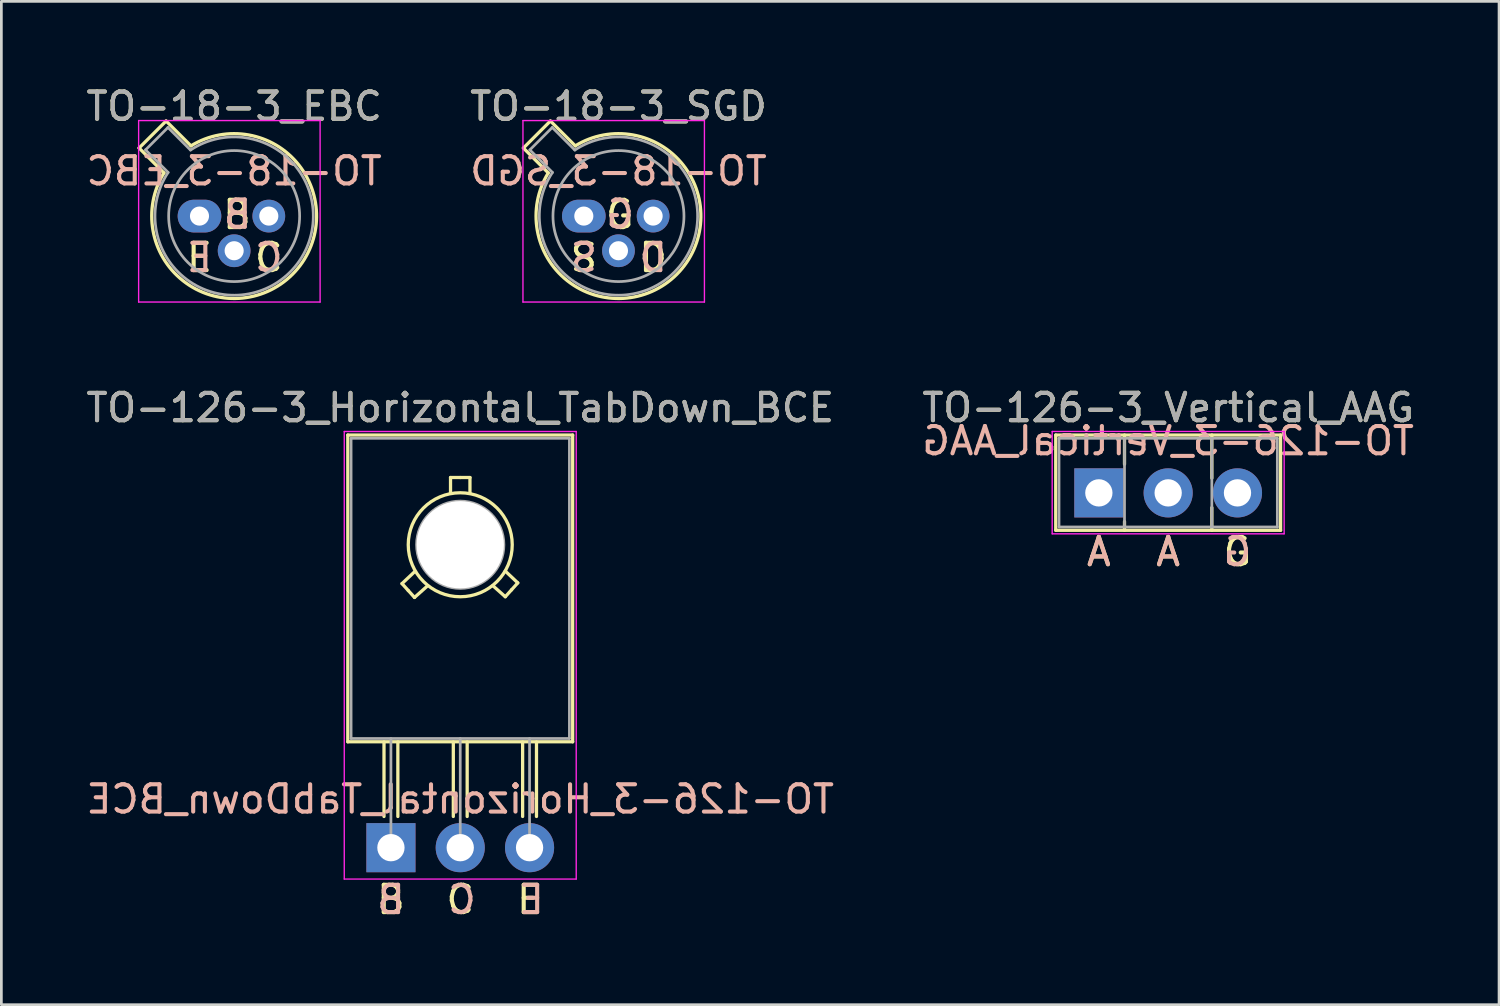
<source format=kicad_pcb>
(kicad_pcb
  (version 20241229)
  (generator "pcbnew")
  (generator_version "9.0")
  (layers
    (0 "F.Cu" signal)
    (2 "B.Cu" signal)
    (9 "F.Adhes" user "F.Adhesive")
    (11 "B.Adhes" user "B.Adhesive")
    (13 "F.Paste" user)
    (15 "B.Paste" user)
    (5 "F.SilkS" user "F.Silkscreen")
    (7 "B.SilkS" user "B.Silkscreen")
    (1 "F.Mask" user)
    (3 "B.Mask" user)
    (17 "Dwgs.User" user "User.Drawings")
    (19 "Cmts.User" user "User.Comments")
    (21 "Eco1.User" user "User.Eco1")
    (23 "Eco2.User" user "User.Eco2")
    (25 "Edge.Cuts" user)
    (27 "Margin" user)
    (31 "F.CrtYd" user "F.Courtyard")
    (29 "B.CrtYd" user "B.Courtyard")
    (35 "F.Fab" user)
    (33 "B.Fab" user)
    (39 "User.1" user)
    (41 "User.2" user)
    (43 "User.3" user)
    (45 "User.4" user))
  (footprint "TO-126-3_Horizontal_TabDown_BCE"
    (layer "F.Cu")
    (at 11.275 28.012)
    (property "Reference" "TO-126-3_Horizontal_TabDown_BCE" (at 2.54 -16.12 0) (layer "F.SilkS") (effects (font (size 1 1) (thickness 0.15))))
    (fp_line (start -1.58 -15.12) (end -1.58 -3.88) (stroke (width 0.12) (type solid)) (layer "F.SilkS"))
    (fp_line (start -1.58 -15.12) (end 6.66 -15.12) (stroke (width 0.12) (type solid)) (layer "F.SilkS"))
    (fp_line (start -1.58 -3.88) (end 6.66 -3.88) (stroke (width 0.12) (type solid)) (layer "F.SilkS"))
    (fp_line (start -0.254 -1.143) (end -0.254 -3.873) (stroke (width 0.12) (type solid)) (layer "F.SilkS"))
    (fp_line (start 0.254 -3.873) (end 0.254 -1.143) (stroke (width 0.12) (type solid)) (layer "F.SilkS"))
    (fp_line (start 0.406 -9.677) (end 0.864 -10.109) (stroke (width 0.12) (type solid)) (layer "F.SilkS"))
    (fp_line (start 0.635 -9.423) (end 0.406 -9.677) (stroke (width 0.12) (type solid)) (layer "F.SilkS"))
    (fp_line (start 0.864 -9.169) (end 0.635 -9.423) (stroke (width 0.12) (type solid)) (layer "F.SilkS"))
    (fp_line (start 0.864 -9.169) (end 1.321 -9.576) (stroke (width 0.12) (type solid)) (layer "F.SilkS"))
    (fp_line (start 2.184 -13.564) (end 2.184 -13.005) (stroke (width 0.12) (type solid)) (layer "F.SilkS"))
    (fp_line (start 2.184 -13.564) (end 2.54 -13.564) (stroke (width 0.12) (type solid)) (layer "F.SilkS"))
    (fp_line (start 2.286 -1.143) (end 2.286 -3.873) (stroke (width 0.12) (type solid)) (layer "F.SilkS"))
    (fp_line (start 2.54 -13.564) (end 2.896 -13.564) (stroke (width 0.12) (type solid)) (layer "F.SilkS"))
    (fp_line (start 2.794 -3.873) (end 2.794 -1.143) (stroke (width 0.12) (type solid)) (layer "F.SilkS"))
    (fp_line (start 2.896 -13.564) (end 2.896 -12.979) (stroke (width 0.12) (type solid)) (layer "F.SilkS"))
    (fp_line (start 4.191 -9.195) (end 3.734 -9.601) (stroke (width 0.12) (type solid)) (layer "F.SilkS"))
    (fp_line (start 4.191 -9.195) (end 4.42 -9.449) (stroke (width 0.12) (type solid)) (layer "F.SilkS"))
    (fp_line (start 4.42 -9.449) (end 4.648 -9.703) (stroke (width 0.12) (type solid)) (layer "F.SilkS"))
    (fp_line (start 4.648 -9.703) (end 4.191 -10.135) (stroke (width 0.12) (type solid)) (layer "F.SilkS"))
    (fp_line (start 4.826 -1.143) (end 4.826 -3.873) (stroke (width 0.12) (type solid)) (layer "F.SilkS"))
    (fp_line (start 5.334 -3.873) (end 5.334 -1.143) (stroke (width 0.12) (type solid)) (layer "F.SilkS"))
    (fp_line (start 6.66 -15.12) (end 6.66 -3.88) (stroke (width 0.12) (type solid)) (layer "F.SilkS"))
    (fp_circle (center 2.54 -11.1) (end 4.445 -11.125) (stroke (width 0.12) (type solid)) (fill no) (layer "F.SilkS"))
    (fp_line (start -1.71 -15.25) (end -1.71 1.15) (stroke (width 0.05) (type solid)) (layer "F.CrtYd"))
    (fp_line (start -1.71 1.15) (end 6.79 1.15) (stroke (width 0.05) (type solid)) (layer "F.CrtYd"))
    (fp_line (start 6.79 -15.25) (end -1.71 -15.25) (stroke (width 0.05) (type solid)) (layer "F.CrtYd"))
    (fp_line (start 6.79 1.15) (end 6.79 -15.25) (stroke (width 0.05) (type solid)) (layer "F.CrtYd"))
    (fp_line (start -1.46 -15) (end 6.54 -15) (stroke (width 0.1) (type solid)) (layer "F.Fab"))
    (fp_line (start -1.46 -4) (end -1.46 -15) (stroke (width 0.1) (type solid)) (layer "F.Fab"))
    (fp_line (start 0 -4) (end 0 0) (stroke (width 0.1) (type solid)) (layer "F.Fab"))
    (fp_line (start 2.54 -4) (end 2.54 0) (stroke (width 0.1) (type solid)) (layer "F.Fab"))
    (fp_line (start 5.08 -4) (end 5.08 0) (stroke (width 0.1) (type solid)) (layer "F.Fab"))
    (fp_line (start 6.54 -15) (end 6.54 -4) (stroke (width 0.1) (type solid)) (layer "F.Fab"))
    (fp_line (start 6.54 -4) (end -1.46 -4) (stroke (width 0.1) (type solid)) (layer "F.Fab"))
    (fp_circle (center 2.54 -11.1) (end 4.14 -11.1) (stroke (width 0.1) (type solid)) (fill no) (layer "F.Fab"))
    (fp_text user "E" (at 5.08 1.905 0) (unlocked yes) (layer "F.SilkS") (effects (font (size 1 1) (thickness 0.15))))
    (fp_text user "B" (at 0 1.905 0) (unlocked yes) (layer "F.SilkS") (effects (font (size 1 1) (thickness 0.15))))
    (fp_text user "C" (at 2.54 1.905 0) (unlocked yes) (layer "F.SilkS") (effects (font (size 1 1) (thickness 0.15))))
    (fp_text user "${REFERENCE}" (at 2.54 -1.778 0) (layer "B.SilkS") (effects (font (size 1 1) (thickness 0.15)) (justify mirror)))
    (fp_text user "E" (at 5.144 1.905 0) (unlocked yes) (layer "B.SilkS") (effects (font (size 1 1) (thickness 0.15)) (justify mirror)))
    (fp_text user "C" (at 2.603 1.905 0) (unlocked yes) (layer "B.SilkS") (effects (font (size 1 1) (thickness 0.15)) (justify mirror)))
    (fp_text user "B" (at 0 1.905 0) (unlocked yes) (layer "B.SilkS") (effects (font (size 1 1) (thickness 0.15)) (justify mirror)))
    (fp_text user "${REFERENCE}" (at 2.54 -16.12 0) (layer "F.Fab") (effects (font (size 1 1) (thickness 0.15))))
    (pad "" np_thru_hole oval (at 2.54 -11.1) (size 3.2 3.2) (drill 3.2) (layers "*.Cu" "*.Mask"))
    (pad "1" thru_hole rect (at 0 0) (size 1.8 1.8) (drill 1) (layers "*.Cu" "*.Mask"))
    (pad "2" thru_hole oval (at 2.54 0) (size 1.8 1.8) (drill 1) (layers "*.Cu" "*.Mask"))
    (pad "3" thru_hole oval (at 5.08 0) (size 1.8 1.8) (drill 1) (layers "*.Cu" "*.Mask")))
  (footprint "TO-18-3_SGD"
    (layer "F.Cu")
    (at 18.343 4.868)
    (property "Reference" "TO-18-3_SGD" (at 1.27 -4.02 0) (layer "F.SilkS") (effects (font (size 1 1) (thickness 0.15))))
    (fp_line (start -2.214 -2.494) (end -1.302 -1.582) (stroke (width 0.12) (type solid)) (layer "F.SilkS"))
    (fp_line (start -1.224 -3.484) (end -2.214 -2.494) (stroke (width 0.12) (type solid)) (layer "F.SilkS"))
    (fp_line (start -0.312 -2.572) (end -1.224 -3.484) (stroke (width 0.12) (type solid)) (layer "F.SilkS"))
    (fp_arc (start -0.312331 -2.572281) (mid 3.405374 2.135551) (end -1.30215 -1.582544) (stroke (width 0.12) (type solid)) (layer "F.SilkS"))
    (fp_line (start -2.23 -3.5) (end -2.23 3.15) (stroke (width 0.05) (type solid)) (layer "F.CrtYd"))
    (fp_line (start -2.23 3.15) (end 4.42 3.15) (stroke (width 0.05) (type solid)) (layer "F.CrtYd"))
    (fp_line (start 4.42 -3.5) (end -2.23 -3.5) (stroke (width 0.05) (type solid)) (layer "F.CrtYd"))
    (fp_line (start 4.42 3.15) (end 4.42 -3.5) (stroke (width 0.05) (type solid)) (layer "F.CrtYd"))
    (fp_line (start -1.977 -2.426) (end -1.149 -1.599) (stroke (width 0.1) (type solid)) (layer "F.Fab"))
    (fp_line (start -1.156 -3.247) (end -1.977 -2.426) (stroke (width 0.1) (type solid)) (layer "F.Fab"))
    (fp_line (start -0.329 -2.419) (end -1.156 -3.247) (stroke (width 0.1) (type solid)) (layer "F.Fab"))
    (fp_arc (start -0.329057 -2.419301) (mid 3.321076 2.050143) (end -1.150029 -1.597956) (stroke (width 0.1) (type solid)) (layer "F.Fab"))
    (fp_circle (center 1.27 0) (end 3.67 0) (stroke (width 0.1) (type solid)) (fill no) (layer "F.Fab"))
    (fp_text user "D" (at 2.54 1.524 0) (unlocked yes) (layer "F.SilkS") (effects (font (size 1 1) (thickness 0.15))))
    (fp_text user "G" (at 1.321 -0.051 0) (unlocked yes) (layer "F.SilkS") (effects (font (size 1 1) (thickness 0.15))))
    (fp_text user "S" (at 0 1.524 0) (unlocked yes) (layer "F.SilkS") (effects (font (size 1 1) (thickness 0.15))))
    (fp_text user "D" (at 2.54 1.524 0) (unlocked yes) (layer "B.SilkS") (effects (font (size 1 1) (thickness 0.15)) (justify mirror)))
    (fp_text user "${REFERENCE}" (at 1.27 -1.651 0) (layer "B.SilkS") (effects (font (size 1 1) (thickness 0.15)) (justify mirror)))
    (fp_text user "G" (at 1.333 -0.064 0) (unlocked yes) (layer "B.SilkS") (effects (font (size 1 1) (thickness 0.15)) (justify mirror)))
    (fp_text user "S" (at 0 1.524 0) (unlocked yes) (layer "B.SilkS") (effects (font (size 1 1) (thickness 0.15)) (justify mirror)))
    (fp_text user "${REFERENCE}" (at 1.27 -4.02 0) (layer "F.Fab") (effects (font (size 1 1) (thickness 0.15))))
    (pad "1" thru_hole oval (at 0 0) (size 1.6 1.2) (drill 0.7) (layers "*.Cu" "*.Mask"))
    (pad "2" thru_hole oval (at 1.27 1.27) (size 1.2 1.2) (drill 0.7) (layers "*.Cu" "*.Mask"))
    (pad "3" thru_hole oval (at 2.54 0) (size 1.2 1.2) (drill 0.7) (layers "*.Cu" "*.Mask")))
  (footprint "TO-126-3_Vertical_AAG"
    (layer "F.Cu")
    (at 37.216 15.011)
    (property "Reference" "TO-126-3_Vertical_AAG" (at 2.54 -3.12 0) (layer "F.SilkS") (effects (font (size 1 1) (thickness 0.15))))
    (fp_line (start -1.58 -2.12) (end -1.58 1.37) (stroke (width 0.12) (type solid)) (layer "F.SilkS"))
    (fp_line (start -1.58 -2.12) (end 6.66 -2.12) (stroke (width 0.12) (type solid)) (layer "F.SilkS"))
    (fp_line (start -1.58 1.37) (end 6.66 1.37) (stroke (width 0.12) (type solid)) (layer "F.SilkS"))
    (fp_line (start 0.94 -2.12) (end 0.94 -1.05) (stroke (width 0.12) (type solid)) (layer "F.SilkS"))
    (fp_line (start 0.94 1.05) (end 0.94 1.37) (stroke (width 0.12) (type solid)) (layer "F.SilkS"))
    (fp_line (start 4.141 -2.12) (end 4.141 -0.54) (stroke (width 0.12) (type solid)) (layer "F.SilkS"))
    (fp_line (start 4.141 0.54) (end 4.141 1.37) (stroke (width 0.12) (type solid)) (layer "F.SilkS"))
    (fp_line (start 6.66 -2.12) (end 6.66 1.37) (stroke (width 0.12) (type solid)) (layer "F.SilkS"))
    (fp_line (start -1.71 -2.25) (end -1.71 1.5) (stroke (width 0.05) (type solid)) (layer "F.CrtYd"))
    (fp_line (start -1.71 1.5) (end 6.79 1.5) (stroke (width 0.05) (type solid)) (layer "F.CrtYd"))
    (fp_line (start 6.79 -2.25) (end -1.71 -2.25) (stroke (width 0.05) (type solid)) (layer "F.CrtYd"))
    (fp_line (start 6.79 1.5) (end 6.79 -2.25) (stroke (width 0.05) (type solid)) (layer "F.CrtYd"))
    (fp_line (start -1.46 -2) (end -1.46 1.25) (stroke (width 0.1) (type solid)) (layer "F.Fab"))
    (fp_line (start -1.46 1.25) (end 6.54 1.25) (stroke (width 0.1) (type solid)) (layer "F.Fab"))
    (fp_line (start 0.94 -2) (end 0.94 1.25) (stroke (width 0.1) (type solid)) (layer "F.Fab"))
    (fp_line (start 4.14 -2) (end 4.14 1.25) (stroke (width 0.1) (type solid)) (layer "F.Fab"))
    (fp_line (start 6.54 -2) (end -1.46 -2) (stroke (width 0.1) (type solid)) (layer "F.Fab"))
    (fp_line (start 6.54 1.25) (end 6.54 -2) (stroke (width 0.1) (type solid)) (layer "F.Fab"))
    (fp_text user "A" (at 0 2.159 0) (unlocked yes) (layer "F.SilkS") (effects (font (size 1 1) (thickness 0.15))))
    (fp_text user "A" (at 2.54 2.159 0) (unlocked yes) (layer "F.SilkS") (effects (font (size 1 1) (thickness 0.15))))
    (fp_text user "G" (at 5.08 2.159 0) (unlocked yes) (layer "F.SilkS") (effects (font (size 1 1) (thickness 0.15))))
    (fp_text user "A" (at 0 2.159 0) (unlocked yes) (layer "B.SilkS") (effects (font (size 1 1) (thickness 0.15)) (justify mirror)))
    (fp_text user "A" (at 2.54 2.159 0) (unlocked yes) (layer "B.SilkS") (effects (font (size 1 1) (thickness 0.15)) (justify mirror)))
    (fp_text user "G" (at 5.08 2.159 0) (unlocked yes) (layer "B.SilkS") (effects (font (size 1 1) (thickness 0.15)) (justify mirror)))
    (fp_text user "${REFERENCE}" (at 2.54 -1.905 0) (layer "B.SilkS") (effects (font (size 1 1) (thickness 0.15)) (justify mirror)))
    (fp_text user "${REFERENCE}" (at 2.54 -3.12 0) (layer "F.Fab") (effects (font (size 1 1) (thickness 0.15))))
    (pad "1" thru_hole rect (at 0 0) (size 1.8 1.8) (drill 1) (layers "*.Cu" "*.Mask"))
    (pad "2" thru_hole oval (at 2.54 0) (size 1.8 1.8) (drill 1) (layers "*.Cu" "*.Mask"))
    (pad "3" thru_hole oval (at 5.08 0) (size 1.8 1.8) (drill 1) (layers "*.Cu" "*.Mask")))
  (footprint "TO-18-3_EBC"
    (layer "F.Cu")
    (at 4.26 4.868)
    (property "Reference" "TO-18-3_EBC" (at 1.27 -4.02 0) (layer "F.SilkS") (effects (font (size 1 1) (thickness 0.15))))
    (fp_line (start -2.214 -2.494) (end -1.302 -1.582) (stroke (width 0.12) (type solid)) (layer "F.SilkS"))
    (fp_line (start -1.224 -3.484) (end -2.214 -2.494) (stroke (width 0.12) (type solid)) (layer "F.SilkS"))
    (fp_line (start -0.312 -2.572) (end -1.224 -3.484) (stroke (width 0.12) (type solid)) (layer "F.SilkS"))
    (fp_arc (start -0.312331 -2.572281) (mid 3.405374 2.135551) (end -1.30215 -1.582544) (stroke (width 0.12) (type solid)) (layer "F.SilkS"))
    (fp_line (start -2.23 -3.5) (end -2.23 3.15) (stroke (width 0.05) (type solid)) (layer "F.CrtYd"))
    (fp_line (start -2.23 3.15) (end 4.42 3.15) (stroke (width 0.05) (type solid)) (layer "F.CrtYd"))
    (fp_line (start 4.42 -3.5) (end -2.23 -3.5) (stroke (width 0.05) (type solid)) (layer "F.CrtYd"))
    (fp_line (start 4.42 3.15) (end 4.42 -3.5) (stroke (width 0.05) (type solid)) (layer "F.CrtYd"))
    (fp_line (start -1.977 -2.426) (end -1.149 -1.599) (stroke (width 0.1) (type solid)) (layer "F.Fab"))
    (fp_line (start -1.156 -3.247) (end -1.977 -2.426) (stroke (width 0.1) (type solid)) (layer "F.Fab"))
    (fp_line (start -0.329 -2.419) (end -1.156 -3.247) (stroke (width 0.1) (type solid)) (layer "F.Fab"))
    (fp_arc (start -0.329057 -2.419301) (mid 3.321076 2.050143) (end -1.150029 -1.597956) (stroke (width 0.1) (type solid)) (layer "F.Fab"))
    (fp_circle (center 1.27 0) (end 3.67 0) (stroke (width 0.1) (type solid)) (fill no) (layer "F.Fab"))
    (fp_text user "B" (at 1.372 -0.051 0) (unlocked yes) (layer "F.SilkS") (effects (font (size 1 1) (thickness 0.15))))
    (fp_text user "C" (at 2.54 1.524 0) (unlocked yes) (layer "F.SilkS") (effects (font (size 1 1) (thickness 0.15))))
    (fp_text user "E" (at 0 1.524 0) (unlocked yes) (layer "F.SilkS") (effects (font (size 1 1) (thickness 0.15))))
    (fp_text user "${REFERENCE}" (at 1.27 -1.651 0) (layer "B.SilkS") (effects (font (size 1 1) (thickness 0.15)) (justify mirror)))
    (fp_text user "E" (at 0 1.524 0) (unlocked yes) (layer "B.SilkS") (effects (font (size 1 1) (thickness 0.15)) (justify mirror)))
    (fp_text user "C" (at 2.54 1.524 0) (unlocked yes) (layer "B.SilkS") (effects (font (size 1 1) (thickness 0.15)) (justify mirror)))
    (fp_text user "B" (at 1.397 -0.064 0) (unlocked yes) (layer "B.SilkS") (effects (font (size 1 1) (thickness 0.15)) (justify mirror)))
    (fp_text user "${REFERENCE}" (at 1.27 -4.02 0) (layer "F.Fab") (effects (font (size 1 1) (thickness 0.15))))
    (pad "1" thru_hole oval (at 0 0) (size 1.6 1.2) (drill 0.7) (layers "*.Cu" "*.Mask"))
    (pad "2" thru_hole oval (at 1.27 1.27) (size 1.2 1.2) (drill 0.7) (layers "*.Cu" "*.Mask"))
    (pad "3" thru_hole oval (at 2.54 0) (size 1.2 1.2) (drill 0.7) (layers "*.Cu" "*.Mask")))
  (gr_rect
    (start -3 -3)
    (end 51.881 33.765)
    (stroke (width 0.1) (type default))
    (fill no)
    (layer "Edge.Cuts")))
</source>
